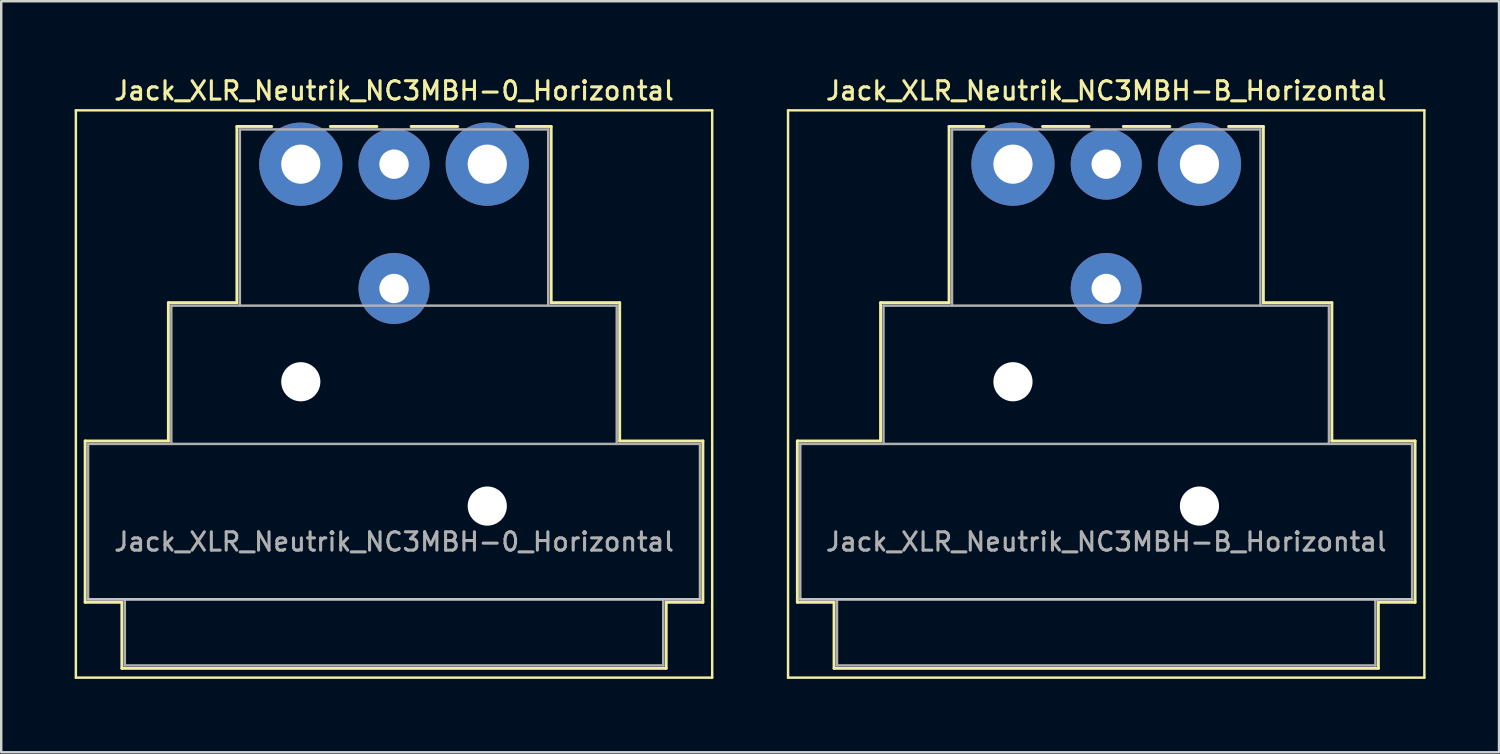
<source format=kicad_pcb>
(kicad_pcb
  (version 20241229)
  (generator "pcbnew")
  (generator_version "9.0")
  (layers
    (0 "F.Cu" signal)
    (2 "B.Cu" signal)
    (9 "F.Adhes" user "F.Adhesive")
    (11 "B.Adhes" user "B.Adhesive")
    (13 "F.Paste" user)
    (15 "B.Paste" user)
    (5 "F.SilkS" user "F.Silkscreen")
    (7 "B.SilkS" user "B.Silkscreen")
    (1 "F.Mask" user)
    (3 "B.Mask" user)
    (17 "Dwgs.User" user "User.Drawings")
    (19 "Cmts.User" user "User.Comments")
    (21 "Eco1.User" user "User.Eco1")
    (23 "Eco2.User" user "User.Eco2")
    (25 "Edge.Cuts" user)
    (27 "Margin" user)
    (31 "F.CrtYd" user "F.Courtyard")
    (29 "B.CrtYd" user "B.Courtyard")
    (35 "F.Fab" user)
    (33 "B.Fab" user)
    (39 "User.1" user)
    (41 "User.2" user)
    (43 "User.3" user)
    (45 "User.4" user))
  (footprint "Jack_XLR_Neutrik_NC3MBH-0_Horizontal"
    (layer "F.Cu")
    (at 9.24 3.658)
    (property "Reference" "Jack_XLR_Neutrik_NC3MBH-0_Horizontal" (at 3.81 -3 0) (layer "F.SilkS") (effects (font (size 0.75 0.75) (thickness 0.125))))
    (attr through_hole)
    (fp_line (start -9.19 20.98) (end -9.19 -2.2) (stroke (width 0.1) (type solid)) (layer "F.SilkS"))
    (fp_line (start -8.81 11.31) (end -5.41 11.31) (stroke (width 0.12) (type solid)) (layer "F.SilkS"))
    (fp_line (start -8.81 17.9) (end -8.81 11.31) (stroke (width 0.12) (type solid)) (layer "F.SilkS"))
    (fp_line (start -7.31 17.9) (end -8.81 17.9) (stroke (width 0.12) (type solid)) (layer "F.SilkS"))
    (fp_line (start -7.31 17.9) (end -7.31 20.6) (stroke (width 0.12) (type solid)) (layer "F.SilkS"))
    (fp_line (start -5.41 11.31) (end -5.41 5.66) (stroke (width 0.12) (type solid)) (layer "F.SilkS"))
    (fp_line (start -2.61 5.66) (end -5.41 5.66) (stroke (width 0.12) (type solid)) (layer "F.SilkS"))
    (fp_line (start -2.61 5.66) (end -2.61 -1.54) (stroke (width 0.12) (type solid)) (layer "F.SilkS"))
    (fp_line (start -1.19 -1.54) (end -2.61 -1.54) (stroke (width 0.12) (type solid)) (layer "F.SilkS"))
    (fp_line (start 3.11 -1.54) (end 1.21 -1.54) (stroke (width 0.12) (type solid)) (layer "F.SilkS"))
    (fp_line (start 4.51 -1.54) (end 6.41 -1.54) (stroke (width 0.12) (type solid)) (layer "F.SilkS"))
    (fp_line (start 10.23 -1.54) (end 8.81 -1.54) (stroke (width 0.12) (type solid)) (layer "F.SilkS"))
    (fp_line (start 10.23 5.66) (end 10.23 -1.54) (stroke (width 0.12) (type solid)) (layer "F.SilkS"))
    (fp_line (start 10.23 5.66) (end 13.03 5.66) (stroke (width 0.12) (type solid)) (layer "F.SilkS"))
    (fp_line (start 13.03 11.31) (end 13.03 5.66) (stroke (width 0.12) (type solid)) (layer "F.SilkS"))
    (fp_line (start 13.03 11.31) (end 16.43 11.31) (stroke (width 0.12) (type solid)) (layer "F.SilkS"))
    (fp_line (start 14.93 17.9) (end 14.93 20.6) (stroke (width 0.12) (type solid)) (layer "F.SilkS"))
    (fp_line (start 14.93 20.6) (end -7.31 20.6) (stroke (width 0.12) (type solid)) (layer "F.SilkS"))
    (fp_line (start 16.43 17.9) (end 14.93 17.9) (stroke (width 0.12) (type solid)) (layer "F.SilkS"))
    (fp_line (start 16.43 17.9) (end 16.43 11.31) (stroke (width 0.12) (type solid)) (layer "F.SilkS"))
    (fp_line (start 16.81 -2.2) (end -9.19 -2.2) (stroke (width 0.1) (type solid)) (layer "F.SilkS"))
    (fp_line (start 16.81 20.98) (end -9.19 20.98) (stroke (width 0.1) (type solid)) (layer "F.SilkS"))
    (fp_line (start 16.81 20.98) (end 16.81 -2.2) (stroke (width 0.1) (type solid)) (layer "F.SilkS"))
    (fp_line (start 16.31 17.78) (end -8.69 17.78) (stroke (width 0.1) (type solid)) (layer "Dwgs.User"))
    (fp_line (start -8.69 11.43) (end 16.31 11.43) (stroke (width 0.1) (type solid)) (layer "F.Fab"))
    (fp_line (start -8.69 17.78) (end -8.69 11.43) (stroke (width 0.1) (type solid)) (layer "F.Fab"))
    (fp_line (start -7.19 20.48) (end -7.19 17.78) (stroke (width 0.1) (type solid)) (layer "F.Fab"))
    (fp_line (start -5.29 5.78) (end -5.29 11.43) (stroke (width 0.1) (type solid)) (layer "F.Fab"))
    (fp_line (start -5.29 5.78) (end 12.91 5.78) (stroke (width 0.1) (type solid)) (layer "F.Fab"))
    (fp_line (start -2.49 5.78) (end -2.49 -1.42) (stroke (width 0.1) (type solid)) (layer "F.Fab"))
    (fp_line (start 10.11 -1.42) (end -2.49 -1.42) (stroke (width 0.1) (type solid)) (layer "F.Fab"))
    (fp_line (start 10.11 5.78) (end 10.11 -1.42) (stroke (width 0.1) (type solid)) (layer "F.Fab"))
    (fp_line (start 12.91 11.43) (end 12.91 5.78) (stroke (width 0.1) (type solid)) (layer "F.Fab"))
    (fp_line (start 14.81 17.78) (end 14.81 20.48) (stroke (width 0.1) (type solid)) (layer "F.Fab"))
    (fp_line (start 14.81 20.48) (end -7.19 20.48) (stroke (width 0.1) (type solid)) (layer "F.Fab"))
    (fp_line (start 16.31 11.43) (end 16.31 17.78) (stroke (width 0.1) (type solid)) (layer "F.Fab"))
    (fp_line (start 16.31 17.78) (end -8.69 17.78) (stroke (width 0.1) (type solid)) (layer "F.Fab"))
    (fp_text user "${REFERENCE}" (at 3.81 15.43 0) (layer "F.Fab") (effects (font (size 0.75 0.75) (thickness 0.125))))
    (pad "" np_thru_hole circle (at 0 8.89) (size 1.6 1.6) (drill 1.6) (layers "*.Cu" "*.Mask"))
    (pad "" np_thru_hole circle (at 7.62 13.97) (size 1.6 1.6) (drill 1.6) (layers "*.Cu" "*.Mask"))
    (pad "1" thru_hole circle (at 0 0) (size 3.4 3.4) (drill 1.6) (layers "*.Cu" "*.Mask"))
    (pad "2" thru_hole circle (at 7.62 0) (size 3.4 3.4) (drill 1.6) (layers "*.Cu" "*.Mask"))
    (pad "3" thru_hole circle (at 3.81 0) (size 2.9 2.9) (drill 1.2) (layers "*.Cu" "*.Mask"))
    (pad "G" thru_hole circle (at 3.81 5.08) (size 2.9 2.9) (drill 1.2) (layers "*.Cu" "*.Mask")))
  (footprint "Jack_XLR_Neutrik_NC3MBH-B_Horizontal"
    (layer "F.Cu")
    (at 38.34 3.658)
    (property "Reference" "Jack_XLR_Neutrik_NC3MBH-B_Horizontal" (at 3.81 -3 0) (layer "F.SilkS") (effects (font (size 0.75 0.75) (thickness 0.125))))
    (attr through_hole)
    (fp_line (start -9.19 20.98) (end -9.19 -2.2) (stroke (width 0.1) (type solid)) (layer "F.SilkS"))
    (fp_line (start -8.81 11.31) (end -5.41 11.31) (stroke (width 0.12) (type solid)) (layer "F.SilkS"))
    (fp_line (start -8.81 17.9) (end -8.81 11.31) (stroke (width 0.12) (type solid)) (layer "F.SilkS"))
    (fp_line (start -7.31 17.9) (end -8.81 17.9) (stroke (width 0.12) (type solid)) (layer "F.SilkS"))
    (fp_line (start -7.31 17.9) (end -7.31 20.6) (stroke (width 0.12) (type solid)) (layer "F.SilkS"))
    (fp_line (start -5.41 11.31) (end -5.41 5.66) (stroke (width 0.12) (type solid)) (layer "F.SilkS"))
    (fp_line (start -2.61 5.66) (end -5.41 5.66) (stroke (width 0.12) (type solid)) (layer "F.SilkS"))
    (fp_line (start -2.61 5.66) (end -2.61 -1.54) (stroke (width 0.12) (type solid)) (layer "F.SilkS"))
    (fp_line (start -1.19 -1.54) (end -2.61 -1.54) (stroke (width 0.12) (type solid)) (layer "F.SilkS"))
    (fp_line (start 3.11 -1.54) (end 1.21 -1.54) (stroke (width 0.12) (type solid)) (layer "F.SilkS"))
    (fp_line (start 4.51 -1.54) (end 6.41 -1.54) (stroke (width 0.12) (type solid)) (layer "F.SilkS"))
    (fp_line (start 10.23 -1.54) (end 8.81 -1.54) (stroke (width 0.12) (type solid)) (layer "F.SilkS"))
    (fp_line (start 10.23 5.66) (end 10.23 -1.54) (stroke (width 0.12) (type solid)) (layer "F.SilkS"))
    (fp_line (start 10.23 5.66) (end 13.03 5.66) (stroke (width 0.12) (type solid)) (layer "F.SilkS"))
    (fp_line (start 13.03 11.31) (end 13.03 5.66) (stroke (width 0.12) (type solid)) (layer "F.SilkS"))
    (fp_line (start 13.03 11.31) (end 16.43 11.31) (stroke (width 0.12) (type solid)) (layer "F.SilkS"))
    (fp_line (start 14.93 17.9) (end 14.93 20.6) (stroke (width 0.12) (type solid)) (layer "F.SilkS"))
    (fp_line (start 14.93 20.6) (end -7.31 20.6) (stroke (width 0.12) (type solid)) (layer "F.SilkS"))
    (fp_line (start 16.43 17.9) (end 14.93 17.9) (stroke (width 0.12) (type solid)) (layer "F.SilkS"))
    (fp_line (start 16.43 17.9) (end 16.43 11.31) (stroke (width 0.12) (type solid)) (layer "F.SilkS"))
    (fp_line (start 16.81 -2.2) (end -9.19 -2.2) (stroke (width 0.1) (type solid)) (layer "F.SilkS"))
    (fp_line (start 16.81 20.98) (end -9.19 20.98) (stroke (width 0.1) (type solid)) (layer "F.SilkS"))
    (fp_line (start 16.81 20.98) (end 16.81 -2.2) (stroke (width 0.1) (type solid)) (layer "F.SilkS"))
    (fp_line (start 16.31 17.78) (end -8.69 17.78) (stroke (width 0.1) (type solid)) (layer "Dwgs.User"))
    (fp_line (start -8.69 11.43) (end 16.31 11.43) (stroke (width 0.1) (type solid)) (layer "F.Fab"))
    (fp_line (start -8.69 17.78) (end -8.69 11.43) (stroke (width 0.1) (type solid)) (layer "F.Fab"))
    (fp_line (start -7.19 20.48) (end -7.19 17.78) (stroke (width 0.1) (type solid)) (layer "F.Fab"))
    (fp_line (start -5.29 5.78) (end -5.29 11.43) (stroke (width 0.1) (type solid)) (layer "F.Fab"))
    (fp_line (start -5.29 5.78) (end 12.91 5.78) (stroke (width 0.1) (type solid)) (layer "F.Fab"))
    (fp_line (start -2.49 5.78) (end -2.49 -1.42) (stroke (width 0.1) (type solid)) (layer "F.Fab"))
    (fp_line (start 10.11 -1.42) (end -2.49 -1.42) (stroke (width 0.1) (type solid)) (layer "F.Fab"))
    (fp_line (start 10.11 5.78) (end 10.11 -1.42) (stroke (width 0.1) (type solid)) (layer "F.Fab"))
    (fp_line (start 12.91 11.43) (end 12.91 5.78) (stroke (width 0.1) (type solid)) (layer "F.Fab"))
    (fp_line (start 14.81 17.78) (end 14.81 20.48) (stroke (width 0.1) (type solid)) (layer "F.Fab"))
    (fp_line (start 14.81 20.48) (end -7.19 20.48) (stroke (width 0.1) (type solid)) (layer "F.Fab"))
    (fp_line (start 16.31 11.43) (end 16.31 17.78) (stroke (width 0.1) (type solid)) (layer "F.Fab"))
    (fp_line (start 16.31 17.78) (end -8.69 17.78) (stroke (width 0.1) (type solid)) (layer "F.Fab"))
    (fp_text user "${REFERENCE}" (at 3.81 15.43 0) (layer "F.Fab") (effects (font (size 0.75 0.75) (thickness 0.125))))
    (pad "" np_thru_hole circle (at 0 8.89) (size 1.6 1.6) (drill 1.6) (layers "*.Cu" "*.Mask"))
    (pad "" np_thru_hole circle (at 7.62 13.97) (size 1.6 1.6) (drill 1.6) (layers "*.Cu" "*.Mask"))
    (pad "1" thru_hole circle (at 0 0) (size 3.4 3.4) (drill 1.6) (layers "*.Cu" "*.Mask"))
    (pad "2" thru_hole circle (at 7.62 0) (size 3.4 3.4) (drill 1.6) (layers "*.Cu" "*.Mask"))
    (pad "3" thru_hole circle (at 3.81 0) (size 2.9 2.9) (drill 1.2) (layers "*.Cu" "*.Mask"))
    (pad "G" thru_hole circle (at 3.81 5.08) (size 2.9 2.9) (drill 1.2) (layers "*.Cu" "*.Mask")))
  (gr_rect
    (start -3 -3)
    (end 58.2 27.688)
    (stroke (width 0.1) (type default))
    (fill no)
    (layer "Edge.Cuts")))
</source>
